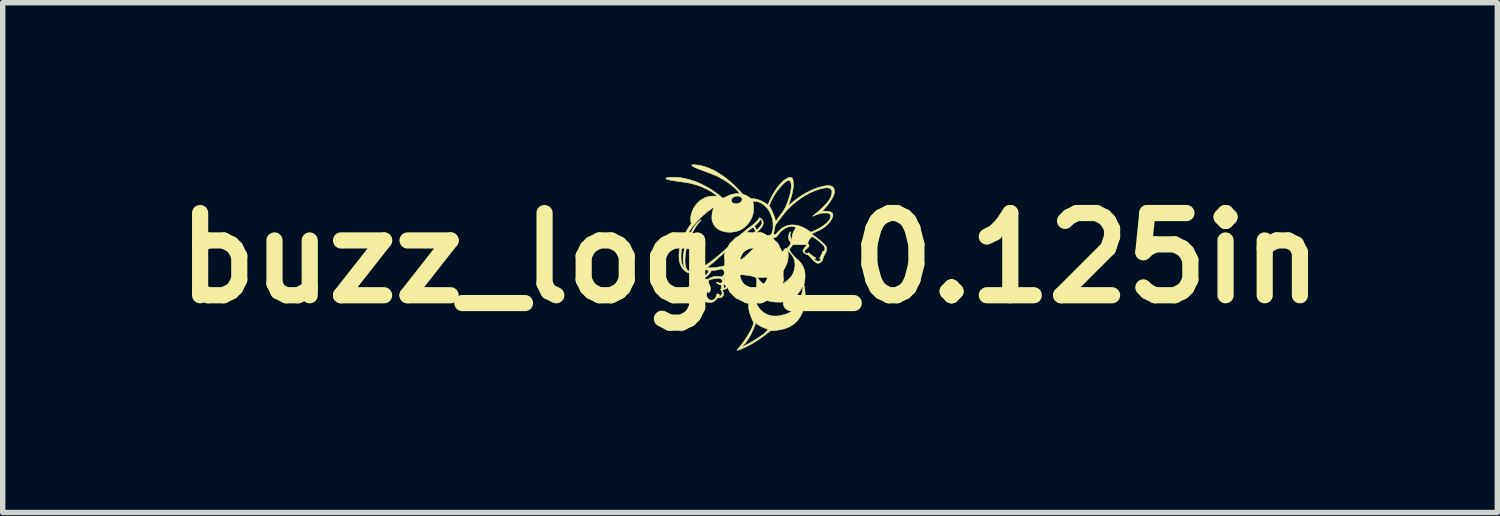
<source format=kicad_pcb>
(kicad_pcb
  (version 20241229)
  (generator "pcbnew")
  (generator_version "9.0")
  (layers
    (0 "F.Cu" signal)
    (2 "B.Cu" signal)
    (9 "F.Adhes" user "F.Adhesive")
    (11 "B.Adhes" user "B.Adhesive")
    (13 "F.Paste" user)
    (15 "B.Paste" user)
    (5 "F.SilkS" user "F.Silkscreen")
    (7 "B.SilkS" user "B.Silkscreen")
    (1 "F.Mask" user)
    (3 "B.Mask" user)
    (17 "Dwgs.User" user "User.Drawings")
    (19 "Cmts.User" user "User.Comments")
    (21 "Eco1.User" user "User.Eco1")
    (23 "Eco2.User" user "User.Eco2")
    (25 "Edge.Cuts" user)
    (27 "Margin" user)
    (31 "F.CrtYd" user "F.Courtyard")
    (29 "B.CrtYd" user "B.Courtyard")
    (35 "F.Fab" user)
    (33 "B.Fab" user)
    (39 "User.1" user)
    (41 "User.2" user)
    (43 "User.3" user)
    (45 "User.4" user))
  (footprint "buzz_logo_0.125in"
    (layer "F.Cu")
    (at 10.857 1.735)
    (property "Reference" "buzz_logo_0.125in" (at 0 0 0) (layer "F.SilkS") (effects (font (size 1.524 1.524) (thickness 0.3))))
    (attr through_hole)
    (fp_poly (pts (xy -1.019 -1.729) (xy -0.996 -1.727) (xy -0.971 -1.725) (xy -0.948 -1.722) (xy -0.931 -1.718) (xy -0.85 -1.698) (xy -0.77 -1.67) (xy -0.689 -1.635) (xy -0.609 -1.592) (xy -0.529 -1.541) (xy -0.448 -1.483) (xy -0.389 -1.436) (xy -0.367 -1.417) (xy -0.341 -1.393) (xy -0.313 -1.367) (xy -0.283 -1.339) (xy -0.254 -1.31) (xy -0.226 -1.281) (xy -0.2 -1.255) (xy -0.178 -1.231) (xy -0.165 -1.215) (xy -0.152 -1.2) (xy -0.142 -1.19) (xy -0.134 -1.184) (xy -0.125 -1.18) (xy -0.116 -1.176) (xy -0.087 -1.166) (xy -0.057 -1.152) (xy -0.029 -1.135) (xy -0.012 -1.123) (xy 0.001 -1.113) (xy 0.01 -1.107) (xy 0.019 -1.104) (xy 0.029 -1.103) (xy 0.037 -1.103) (xy 0.076 -1.1) (xy 0.119 -1.092) (xy 0.164 -1.078) (xy 0.209 -1.06) (xy 0.252 -1.037) (xy 0.293 -1.012) (xy 0.297 -1.009) (xy 0.31 -1) (xy 0.321 -0.992) (xy 0.327 -0.988) (xy 0.328 -0.987) (xy 0.331 -0.989) (xy 0.336 -0.997) (xy 0.344 -1.012) (xy 0.35 -1.027) (xy 0.376 -1.088) (xy 0.405 -1.147) (xy 0.437 -1.203) (xy 0.471 -1.257) (xy 0.506 -1.307) (xy 0.543 -1.353) (xy 0.58 -1.394) (xy 0.617 -1.429) (xy 0.653 -1.457) (xy 0.689 -1.479) (xy 0.691 -1.48) (xy 0.715 -1.491) (xy 0.736 -1.496) (xy 0.753 -1.496) (xy 0.769 -1.49) (xy 0.774 -1.487) (xy 0.782 -1.481) (xy 0.787 -1.473) (xy 0.792 -1.463) (xy 0.795 -1.45) (xy 0.799 -1.43) (xy 0.802 -1.407) (xy 0.804 -1.365) (xy 0.802 -1.319) (xy 0.795 -1.267) (xy 0.784 -1.21) (xy 0.768 -1.147) (xy 0.746 -1.078) (xy 0.739 -1.056) (xy 0.731 -1.033) (xy 0.724 -1.012) (xy 0.718 -0.995) (xy 0.714 -0.983) (xy 0.712 -0.977) (xy 0.712 -0.973) (xy 0.716 -0.974) (xy 0.723 -0.98) (xy 0.735 -0.99) (xy 0.743 -0.997) (xy 0.815 -1.057) (xy 0.889 -1.113) (xy 0.964 -1.164) (xy 1.04 -1.209) (xy 1.116 -1.248) (xy 1.192 -1.281) (xy 1.267 -1.308) (xy 1.34 -1.328) (xy 1.411 -1.341) (xy 1.414 -1.342) (xy 1.45 -1.344) (xy 1.482 -1.341) (xy 1.51 -1.332) (xy 1.532 -1.319) (xy 1.545 -1.305) (xy 1.556 -1.285) (xy 1.564 -1.262) (xy 1.568 -1.238) (xy 1.568 -1.233) (xy 1.565 -1.208) (xy 1.556 -1.179) (xy 1.542 -1.146) (xy 1.524 -1.109) (xy 1.501 -1.071) (xy 1.474 -1.03) (xy 1.444 -0.989) (xy 1.411 -0.947) (xy 1.374 -0.906) (xy 1.373 -0.904) (xy 1.341 -0.869) (xy 1.394 -0.869) (xy 1.434 -0.868) (xy 1.467 -0.864) (xy 1.493 -0.856) (xy 1.512 -0.846) (xy 1.526 -0.832) (xy 1.533 -0.815) (xy 1.536 -0.794) (xy 1.532 -0.769) (xy 1.523 -0.741) (xy 1.507 -0.712) (xy 1.487 -0.681) (xy 1.463 -0.65) (xy 1.436 -0.621) (xy 1.405 -0.593) (xy 1.373 -0.568) (xy 1.364 -0.562) (xy 1.339 -0.546) (xy 1.312 -0.531) (xy 1.282 -0.515) (xy 1.247 -0.498) (xy 1.206 -0.479) (xy 1.204 -0.478) (xy 1.143 -0.451) (xy 1.152 -0.441) (xy 1.158 -0.436) (xy 1.169 -0.427) (xy 1.184 -0.415) (xy 1.203 -0.401) (xy 1.224 -0.385) (xy 1.238 -0.374) (xy 1.274 -0.346) (xy 1.307 -0.319) (xy 1.338 -0.293) (xy 1.364 -0.268) (xy 1.386 -0.245) (xy 1.402 -0.226) (xy 1.411 -0.213) (xy 1.416 -0.203) (xy 1.419 -0.193) (xy 1.421 -0.182) (xy 1.42 -0.167) (xy 1.42 -0.164) (xy 1.419 -0.148) (xy 1.417 -0.135) (xy 1.413 -0.123) (xy 1.406 -0.108) (xy 1.401 -0.099) (xy 1.387 -0.072) (xy 1.376 -0.05) (xy 1.368 -0.033) (xy 1.362 -0.02) (xy 1.357 -0.008) (xy 1.354 0.002) (xy 1.351 0.013) (xy 1.35 0.015) (xy 1.341 0.043) (xy 1.326 0.065) (xy 1.305 0.082) (xy 1.292 0.089) (xy 1.274 0.096) (xy 1.257 0.098) (xy 1.24 0.093) (xy 1.222 0.082) (xy 1.215 0.077) (xy 1.198 0.064) (xy 1.182 0.049) (xy 1.165 0.033) (xy 1.145 0.012) (xy 1.123 -0.013) (xy 1.123 -0.014) (xy 1.108 -0.03) (xy 1.098 -0.042) (xy 1.089 -0.05) (xy 1.08 -0.055) (xy 1.07 -0.06) (xy 1.059 -0.064) (xy 1.032 -0.076) (xy 1.011 -0.09) (xy 0.994 -0.104) (xy 0.984 -0.119) (xy 0.983 -0.124) (xy 1.008 -0.124) (xy 1.012 -0.109) (xy 1.02 -0.099) (xy 1.028 -0.092) (xy 1.038 -0.088) (xy 1.051 -0.087) (xy 1.052 -0.087) (xy 1.064 -0.088) (xy 1.071 -0.09) (xy 1.075 -0.095) (xy 1.075 -0.096) (xy 1.077 -0.099) (xy 1.079 -0.099) (xy 1.085 -0.097) (xy 1.093 -0.092) (xy 1.106 -0.082) (xy 1.115 -0.075) (xy 1.142 -0.054) (xy 1.164 -0.038) (xy 1.183 -0.025) (xy 1.202 -0.013) (xy 1.206 -0.01) (xy 1.216 -0.004) (xy 1.22 0.001) (xy 1.219 0.004) (xy 1.216 0.008) (xy 1.209 0.014) (xy 1.2 0.015) (xy 1.193 0.014) (xy 1.177 0.012) (xy 1.193 0.026) (xy 1.211 0.04) (xy 1.232 0.051) (xy 1.252 0.058) (xy 1.264 0.059) (xy 1.278 0.058) (xy 1.293 0.053) (xy 1.297 0.052) (xy 1.307 0.046) (xy 1.313 0.041) (xy 1.314 0.039) (xy 1.312 0.026) (xy 1.307 0.018) (xy 1.302 0.016) (xy 1.294 0.014) (xy 1.292 0.012) (xy 1.292 0.007) (xy 1.296 -0.004) (xy 1.303 -0.019) (xy 1.311 -0.037) (xy 1.315 -0.045) (xy 1.325 -0.065) (xy 1.334 -0.085) (xy 1.341 -0.102) (xy 1.345 -0.114) (xy 1.346 -0.117) (xy 1.349 -0.128) (xy 1.351 -0.132) (xy 1.354 -0.131) (xy 1.356 -0.129) (xy 1.363 -0.124) (xy 1.371 -0.127) (xy 1.379 -0.137) (xy 1.382 -0.143) (xy 1.388 -0.164) (xy 1.388 -0.186) (xy 1.381 -0.207) (xy 1.379 -0.209) (xy 1.365 -0.231) (xy 1.343 -0.254) (xy 1.316 -0.28) (xy 1.284 -0.308) (xy 1.247 -0.337) (xy 1.206 -0.366) (xy 1.182 -0.383) (xy 1.169 -0.391) (xy 1.161 -0.395) (xy 1.155 -0.395) (xy 1.148 -0.393) (xy 1.147 -0.393) (xy 1.131 -0.383) (xy 1.114 -0.366) (xy 1.099 -0.345) (xy 1.089 -0.326) (xy 1.079 -0.303) (xy 1.073 -0.286) (xy 1.072 -0.273) (xy 1.075 -0.262) (xy 1.081 -0.256) (xy 1.091 -0.243) (xy 1.094 -0.23) (xy 1.091 -0.216) (xy 1.08 -0.201) (xy 1.063 -0.183) (xy 1.049 -0.172) (xy 1.035 -0.161) (xy 1.023 -0.15) (xy 1.015 -0.142) (xy 1.012 -0.139) (xy 1.008 -0.124) (xy 0.983 -0.124) (xy 0.98 -0.133) (xy 0.984 -0.147) (xy 0.993 -0.165) (xy 1.008 -0.186) (xy 1.022 -0.202) (xy 1.036 -0.218) (xy 1.044 -0.231) (xy 1.047 -0.239) (xy 1.045 -0.245) (xy 1.037 -0.248) (xy 1.03 -0.248) (xy 1.016 -0.249) (xy 0.997 -0.249) (xy 0.974 -0.249) (xy 0.948 -0.249) (xy 0.921 -0.249) (xy 0.893 -0.249) (xy 0.867 -0.249) (xy 0.843 -0.249) (xy 0.822 -0.249) (xy 0.807 -0.248) (xy 0.798 -0.248) (xy 0.797 -0.247) (xy 0.789 -0.244) (xy 0.786 -0.241) (xy 0.784 -0.236) (xy 0.777 -0.226) (xy 0.768 -0.213) (xy 0.758 -0.199) (xy 0.747 -0.184) (xy 0.738 -0.171) (xy 0.732 -0.161) (xy 0.73 -0.156) (xy 0.733 -0.148) (xy 0.739 -0.135) (xy 0.748 -0.12) (xy 0.759 -0.104) (xy 0.765 -0.095) (xy 0.786 -0.07) (xy 0.807 -0.046) (xy 0.825 -0.025) (xy 0.842 -0.008) (xy 0.855 0.004) (xy 0.859 0.008) (xy 0.879 0.023) (xy 0.9 0.043) (xy 0.921 0.065) (xy 0.94 0.087) (xy 0.949 0.099) (xy 0.977 0.144) (xy 0.998 0.192) (xy 1.012 0.242) (xy 1.02 0.295) (xy 1.021 0.351) (xy 1.015 0.412) (xy 1.008 0.452) (xy 0.999 0.493) (xy 1.007 0.533) (xy 1.015 0.58) (xy 1.02 0.631) (xy 1.023 0.685) (xy 1.023 0.738) (xy 1.021 0.789) (xy 1.016 0.835) (xy 1.014 0.849) (xy 0.999 0.921) (xy 0.979 0.987) (xy 0.953 1.048) (xy 0.922 1.102) (xy 0.886 1.151) (xy 0.857 1.183) (xy 0.811 1.224) (xy 0.76 1.258) (xy 0.703 1.287) (xy 0.641 1.31) (xy 0.574 1.327) (xy 0.502 1.339) (xy 0.464 1.342) (xy 0.436 1.344) (xy 0.414 1.346) (xy 0.397 1.347) (xy 0.385 1.35) (xy 0.375 1.353) (xy 0.366 1.357) (xy 0.358 1.363) (xy 0.348 1.371) (xy 0.338 1.379) (xy 0.286 1.42) (xy 0.23 1.462) (xy 0.172 1.503) (xy 0.113 1.541) (xy 0.057 1.576) (xy 0.034 1.59) (xy -0.004 1.61) (xy -0.043 1.63) (xy -0.083 1.65) (xy -0.123 1.668) (xy -0.16 1.684) (xy -0.194 1.697) (xy -0.223 1.707) (xy -0.226 1.708) (xy -0.238 1.711) (xy -0.243 1.712) (xy -0.244 1.711) (xy -0.242 1.708) (xy -0.237 1.702) (xy -0.228 1.692) (xy -0.217 1.678) (xy -0.206 1.665) (xy -0.206 1.664) (xy -0.169 1.664) (xy -0.137 1.647) (xy -0.122 1.639) (xy -0.102 1.628) (xy -0.08 1.616) (xy -0.057 1.603) (xy -0.048 1.598) (xy 0.012 1.565) (xy 0.067 1.532) (xy 0.119 1.5) (xy 0.166 1.47) (xy 0.207 1.442) (xy 0.244 1.415) (xy 0.274 1.391) (xy 0.298 1.369) (xy 0.316 1.351) (xy 0.322 1.343) (xy 0.328 1.333) (xy 0.333 1.325) (xy 0.333 1.323) (xy 0.33 1.32) (xy 0.32 1.316) (xy 0.307 1.311) (xy 0.299 1.308) (xy 0.264 1.296) (xy 0.228 1.28) (xy 0.193 1.262) (xy 0.161 1.243) (xy 0.134 1.224) (xy 0.12 1.213) (xy 0.105 1.199) (xy 0.096 1.228) (xy 0.085 1.258) (xy 0.072 1.293) (xy 0.056 1.33) (xy 0.04 1.367) (xy 0.024 1.401) (xy 0.021 1.405) (xy -0.008 1.461) (xy -0.039 1.51) (xy -0.07 1.555) (xy -0.105 1.597) (xy -0.131 1.625) (xy -0.169 1.664) (xy -0.206 1.664) (xy -0.17 1.62) (xy -0.135 1.573) (xy -0.101 1.526) (xy -0.068 1.478) (xy -0.038 1.43) (xy -0.011 1.385) (xy 0.013 1.341) (xy 0.033 1.3) (xy 0.049 1.264) (xy 0.06 1.232) (xy 0.062 1.225) (xy 0.069 1.199) (xy 0.045 1.148) (xy 0.028 1.111) (xy 0.012 1.07) (xy -0.002 1.03) (xy -0.013 0.992) (xy -0.018 0.972) (xy -0.02 0.957) (xy -0.023 0.935) (xy -0.025 0.911) (xy -0.026 0.885) (xy -0.026 0.879) (xy -0.027 0.853) (xy -0.027 0.832) (xy -0.026 0.815) (xy -0.025 0.799) (xy -0.022 0.783) (xy -0.021 0.778) (xy -0.007 0.726) (xy 0.007 0.693) (xy 0.096 0.693) (xy 0.098 0.747) (xy 0.107 0.8) (xy 0.122 0.849) (xy 0.134 0.875) (xy 0.159 0.917) (xy 0.191 0.956) (xy 0.228 0.991) (xy 0.27 1.021) (xy 0.315 1.045) (xy 0.363 1.063) (xy 0.387 1.069) (xy 0.41 1.072) (xy 0.438 1.074) (xy 0.469 1.075) (xy 0.5 1.074) (xy 0.528 1.072) (xy 0.548 1.069) (xy 0.573 1.064) (xy 0.6 1.058) (xy 0.629 1.05) (xy 0.656 1.042) (xy 0.678 1.035) (xy 0.687 1.032) (xy 0.73 1.012) (xy 0.77 0.985) (xy 0.808 0.951) (xy 0.844 0.91) (xy 0.877 0.864) (xy 0.906 0.813) (xy 0.931 0.756) (xy 0.942 0.728) (xy 0.949 0.705) (xy 0.956 0.68) (xy 0.963 0.653) (xy 0.968 0.626) (xy 0.973 0.6) (xy 0.977 0.576) (xy 0.98 0.555) (xy 0.981 0.538) (xy 0.981 0.526) (xy 0.978 0.52) (xy 0.977 0.52) (xy 0.974 0.523) (xy 0.969 0.532) (xy 0.963 0.545) (xy 0.962 0.547) (xy 0.949 0.573) (xy 0.931 0.602) (xy 0.911 0.631) (xy 0.89 0.659) (xy 0.87 0.682) (xy 0.868 0.683) (xy 0.825 0.722) (xy 0.78 0.753) (xy 0.731 0.778) (xy 0.695 0.791) (xy 0.655 0.803) (xy 0.618 0.811) (xy 0.581 0.816) (xy 0.539 0.818) (xy 0.524 0.818) (xy 0.455 0.815) (xy 0.391 0.806) (xy 0.331 0.791) (xy 0.275 0.77) (xy 0.266 0.765) (xy 0.246 0.755) (xy 0.23 0.745) (xy 0.215 0.734) (xy 0.2 0.721) (xy 0.193 0.713) (xy 0.164 0.68) (xy 0.143 0.645) (xy 0.129 0.608) (xy 0.128 0.603) (xy 0.124 0.589) (xy 0.121 0.576) (xy 0.121 0.573) (xy 0.119 0.567) (xy 0.118 0.566) (xy 0.115 0.571) (xy 0.113 0.581) (xy 0.101 0.637) (xy 0.096 0.693) (xy 0.007 0.693) (xy 0.012 0.68) (xy 0.038 0.637) (xy 0.07 0.597) (xy 0.083 0.584) (xy 0.12 0.546) (xy 0.122 0.464) (xy 0.123 0.434) (xy 0.123 0.411) (xy 0.122 0.393) (xy 0.12 0.38) (xy 0.117 0.371) (xy 0.112 0.365) (xy 0.105 0.359) (xy 0.097 0.355) (xy 0.136 0.355) (xy 0.138 0.358) (xy 0.143 0.367) (xy 0.15 0.379) (xy 0.153 0.383) (xy 0.184 0.423) (xy 0.219 0.457) (xy 0.259 0.484) (xy 0.304 0.505) (xy 0.352 0.518) (xy 0.36 0.52) (xy 0.382 0.522) (xy 0.408 0.523) (xy 0.438 0.521) (xy 0.467 0.518) (xy 0.495 0.514) (xy 0.51 0.51) (xy 0.544 0.499) (xy 0.581 0.484) (xy 0.618 0.466) (xy 0.652 0.446) (xy 0.669 0.434) (xy 0.689 0.417) (xy 0.711 0.397) (xy 0.733 0.375) (xy 0.753 0.353) (xy 0.77 0.332) (xy 0.782 0.316) (xy 0.801 0.277) (xy 0.817 0.233) (xy 0.828 0.187) (xy 0.833 0.141) (xy 0.833 0.124) (xy 0.83 0.076) (xy 0.82 0.032) (xy 0.804 -0.011) (xy 0.78 -0.051) (xy 0.749 -0.09) (xy 0.732 -0.107) (xy 0.72 -0.12) (xy 0.709 -0.13) (xy 0.702 -0.136) (xy 0.699 -0.137) (xy 0.699 -0.133) (xy 0.701 -0.123) (xy 0.703 -0.112) (xy 0.706 -0.091) (xy 0.707 -0.064) (xy 0.708 -0.035) (xy 0.706 -0.005) (xy 0.703 0.023) (xy 0.701 0.037) (xy 0.692 0.074) (xy 0.679 0.111) (xy 0.663 0.148) (xy 0.645 0.184) (xy 0.626 0.216) (xy 0.606 0.243) (xy 0.586 0.265) (xy 0.582 0.268) (xy 0.556 0.286) (xy 0.526 0.303) (xy 0.493 0.319) (xy 0.466 0.329) (xy 0.422 0.341) (xy 0.372 0.351) (xy 0.319 0.357) (xy 0.265 0.36) (xy 0.211 0.36) (xy 0.185 0.358) (xy 0.166 0.357) (xy 0.151 0.356) (xy 0.14 0.355) (xy 0.136 0.355) (xy 0.136 0.355) (xy 0.097 0.355) (xy 0.096 0.355) (xy 0.09 0.352) (xy 0.077 0.346) (xy 0.063 0.341) (xy 0.047 0.337) (xy 0.027 0.333) (xy 0.004 0.328) (xy -0.024 0.324) (xy -0.058 0.319) (xy -0.098 0.314) (xy -0.117 0.312) (xy -0.137 0.31) (xy -0.163 0.307) (xy -0.193 0.305) (xy -0.224 0.303) (xy -0.254 0.302) (xy -0.258 0.302) (xy -0.294 0.3) (xy -0.324 0.298) (xy -0.348 0.295) (xy -0.367 0.292) (xy -0.384 0.288) (xy -0.398 0.283) (xy -0.41 0.277) (xy -0.419 0.273) (xy -0.425 0.271) (xy -0.426 0.271) (xy -0.429 0.274) (xy -0.434 0.283) (xy -0.442 0.295) (xy -0.445 0.3) (xy -0.463 0.329) (xy -0.476 0.353) (xy -0.484 0.374) (xy -0.486 0.392) (xy -0.484 0.408) (xy -0.476 0.425) (xy -0.464 0.442) (xy -0.452 0.455) (xy -0.433 0.476) (xy -0.421 0.494) (xy -0.414 0.51) (xy -0.413 0.525) (xy -0.417 0.541) (xy -0.418 0.546) (xy -0.426 0.557) (xy -0.44 0.567) (xy -0.461 0.576) (xy -0.478 0.581) (xy -0.492 0.585) (xy -0.503 0.59) (xy -0.508 0.593) (xy -0.511 0.597) (xy -0.511 0.602) (xy -0.508 0.61) (xy -0.503 0.62) (xy -0.494 0.64) (xy -0.49 0.657) (xy -0.49 0.673) (xy -0.492 0.684) (xy -0.501 0.703) (xy -0.516 0.719) (xy -0.535 0.731) (xy -0.557 0.737) (xy -0.578 0.736) (xy -0.595 0.734) (xy -0.628 0.767) (xy -0.652 0.789) (xy -0.675 0.806) (xy -0.696 0.817) (xy -0.719 0.823) (xy -0.736 0.825) (xy -0.774 0.823) (xy -0.811 0.814) (xy -0.848 0.797) (xy -0.879 0.775) (xy -0.91 0.745) (xy -0.938 0.709) (xy -0.954 0.681) (xy -0.807 0.681) (xy -0.804 0.704) (xy -0.793 0.732) (xy -0.777 0.754) (xy -0.758 0.77) (xy -0.735 0.779) (xy -0.71 0.781) (xy -0.689 0.778) (xy -0.669 0.768) (xy -0.651 0.752) (xy -0.636 0.73) (xy -0.624 0.703) (xy -0.619 0.683) (xy -0.616 0.671) (xy -0.613 0.665) (xy -0.609 0.664) (xy -0.602 0.665) (xy -0.586 0.67) (xy -0.572 0.678) (xy -0.563 0.686) (xy -0.562 0.687) (xy -0.56 0.694) (xy -0.565 0.7) (xy -0.566 0.7) (xy -0.57 0.704) (xy -0.569 0.706) (xy -0.561 0.706) (xy -0.551 0.705) (xy -0.542 0.699) (xy -0.534 0.691) (xy -0.523 0.677) (xy -0.518 0.664) (xy -0.518 0.65) (xy -0.52 0.637) (xy -0.526 0.615) (xy -0.535 0.599) (xy -0.544 0.591) (xy -0.548 0.587) (xy -0.548 0.584) (xy -0.544 0.578) (xy -0.538 0.571) (xy -0.529 0.56) (xy -0.525 0.55) (xy -0.524 0.537) (xy -0.524 0.536) (xy -0.525 0.519) (xy -0.529 0.508) (xy -0.531 0.506) (xy -0.491 0.506) (xy -0.49 0.52) (xy -0.487 0.535) (xy -0.483 0.548) (xy -0.479 0.557) (xy -0.474 0.56) (xy -0.468 0.557) (xy -0.46 0.551) (xy -0.457 0.548) (xy -0.447 0.536) (xy -0.444 0.524) (xy -0.449 0.512) (xy -0.461 0.499) (xy -0.464 0.496) (xy -0.475 0.488) (xy -0.482 0.484) (xy -0.486 0.484) (xy -0.488 0.486) (xy -0.491 0.494) (xy -0.491 0.506) (xy -0.531 0.506) (xy -0.538 0.5) (xy -0.552 0.494) (xy -0.553 0.494) (xy -0.581 0.484) (xy -0.602 0.475) (xy -0.615 0.466) (xy -0.622 0.457) (xy -0.623 0.452) (xy -0.621 0.446) (xy -0.613 0.445) (xy -0.6 0.449) (xy -0.59 0.454) (xy -0.573 0.461) (xy -0.555 0.464) (xy -0.539 0.464) (xy -0.527 0.46) (xy -0.523 0.457) (xy -0.516 0.444) (xy -0.514 0.428) (xy -0.517 0.414) (xy -0.528 0.399) (xy -0.542 0.386) (xy -0.556 0.377) (xy -0.557 0.377) (xy -0.573 0.374) (xy -0.596 0.373) (xy -0.625 0.376) (xy -0.659 0.381) (xy -0.681 0.385) (xy -0.708 0.391) (xy -0.729 0.396) (xy -0.744 0.401) (xy -0.754 0.406) (xy -0.762 0.412) (xy -0.767 0.419) (xy -0.768 0.421) (xy -0.771 0.43) (xy -0.772 0.44) (xy -0.77 0.453) (xy -0.764 0.47) (xy -0.755 0.491) (xy -0.749 0.505) (xy -0.741 0.524) (xy -0.736 0.538) (xy -0.734 0.55) (xy -0.733 0.564) (xy -0.733 0.57) (xy -0.733 0.586) (xy -0.735 0.599) (xy -0.74 0.61) (xy -0.743 0.616) (xy -0.754 0.631) (xy -0.764 0.64) (xy -0.772 0.643) (xy -0.773 0.639) (xy -0.774 0.631) (xy -0.774 0.626) (xy -0.774 0.61) (xy -0.782 0.618) (xy -0.796 0.635) (xy -0.805 0.657) (xy -0.807 0.681) (xy -0.954 0.681) (xy -0.961 0.668) (xy -0.98 0.624) (xy -0.994 0.577) (xy -1.002 0.53) (xy -1.002 0.508) (xy -1 0.483) (xy -0.995 0.459) (xy -0.988 0.437) (xy -0.985 0.43) (xy -0.974 0.414) (xy -0.961 0.401) (xy -0.909 0.401) (xy -0.905 0.401) (xy -0.896 0.4) (xy -0.884 0.396) (xy -0.866 0.392) (xy -0.847 0.389) (xy -0.835 0.388) (xy -0.82 0.388) (xy -0.806 0.39) (xy -0.799 0.392) (xy -0.789 0.396) (xy -0.783 0.395) (xy -0.779 0.392) (xy -0.768 0.385) (xy -0.752 0.376) (xy -0.731 0.366) (xy -0.709 0.358) (xy -0.688 0.35) (xy -0.674 0.346) (xy -0.662 0.343) (xy -0.652 0.341) (xy -0.639 0.34) (xy -0.624 0.34) (xy -0.603 0.341) (xy -0.595 0.341) (xy -0.574 0.342) (xy -0.556 0.344) (xy -0.541 0.345) (xy -0.533 0.346) (xy -0.531 0.347) (xy -0.525 0.347) (xy -0.516 0.341) (xy -0.507 0.334) (xy -0.49 0.316) (xy -0.48 0.297) (xy -0.473 0.274) (xy -0.471 0.265) (xy -0.472 0.258) (xy -0.475 0.25) (xy -0.483 0.24) (xy -0.486 0.237) (xy -0.496 0.225) (xy -0.506 0.215) (xy -0.513 0.209) (xy -0.52 0.204) (xy -0.527 0.203) (xy -0.536 0.204) (xy -0.543 0.206) (xy -0.569 0.213) (xy -0.595 0.218) (xy -0.623 0.222) (xy -0.656 0.226) (xy -0.663 0.227) (xy -0.718 0.231) (xy -0.725 0.247) (xy -0.729 0.256) (xy -0.736 0.266) (xy -0.747 0.279) (xy -0.761 0.295) (xy -0.78 0.317) (xy -0.791 0.329) (xy -0.798 0.336) (xy -0.807 0.342) (xy -0.82 0.349) (xy -0.837 0.357) (xy -0.859 0.367) (xy -0.869 0.371) (xy -0.882 0.378) (xy -0.894 0.386) (xy -0.904 0.394) (xy -0.909 0.4) (xy -0.909 0.401) (xy -0.961 0.401) (xy -0.959 0.399) (xy -0.938 0.382) (xy -0.91 0.365) (xy -0.881 0.35) (xy -0.849 0.332) (xy -0.823 0.316) (xy -0.803 0.3) (xy -0.788 0.285) (xy -0.777 0.269) (xy -0.775 0.265) (xy -0.77 0.253) (xy -0.768 0.246) (xy -0.769 0.241) (xy -0.772 0.236) (xy -0.776 0.23) (xy -0.78 0.226) (xy -0.786 0.224) (xy -0.795 0.221) (xy -0.81 0.219) (xy -0.824 0.217) (xy -0.859 0.211) (xy -0.889 0.228) (xy -0.93 0.249) (xy -0.97 0.265) (xy -0.994 0.272) (xy -1.015 0.276) (xy -1.04 0.279) (xy -1.067 0.281) (xy -1.092 0.281) (xy -1.114 0.28) (xy -1.124 0.278) (xy -1.159 0.267) (xy -1.192 0.248) (xy -1.222 0.223) (xy -1.25 0.193) (xy -1.273 0.157) (xy -1.293 0.117) (xy -1.307 0.072) (xy -1.312 0.052) (xy -1.315 0.026) (xy -1.317 -0.006) (xy -1.317 -0.03) (xy -1.28 -0.03) (xy -1.279 -0.001) (xy -1.279 0.021) (xy -1.278 0.038) (xy -1.277 0.052) (xy -1.275 0.064) (xy -1.272 0.076) (xy -1.271 0.081) (xy -1.262 0.108) (xy -1.25 0.135) (xy -1.238 0.16) (xy -1.225 0.18) (xy -1.22 0.185) (xy -1.207 0.2) (xy -1.213 0.185) (xy -1.228 0.137) (xy -1.238 0.084) (xy -1.241 0.027) (xy -1.238 -0.036) (xy -1.229 -0.103) (xy -1.214 -0.175) (xy -1.192 -0.252) (xy -1.18 -0.292) (xy -1.164 -0.335) (xy -1.144 -0.381) (xy -1.122 -0.429) (xy -1.097 -0.477) (xy -1.072 -0.522) (xy -1.046 -0.564) (xy -1.023 -0.597) (xy -1.011 -0.612) (xy -0.997 -0.629) (xy -0.982 -0.646) (xy -0.965 -0.663) (xy -0.949 -0.678) (xy -0.935 -0.691) (xy -0.923 -0.701) (xy -0.915 -0.707) (xy -0.911 -0.708) (xy -0.909 -0.706) (xy -0.911 -0.7) (xy -0.918 -0.692) (xy -0.929 -0.678) (xy -0.933 -0.674) (xy -0.96 -0.642) (xy -0.985 -0.61) (xy -1.008 -0.576) (xy -1.031 -0.538) (xy -1.045 -0.515) (xy -1.059 -0.488) (xy -1.075 -0.458) (xy -1.091 -0.427) (xy -1.106 -0.396) (xy -1.12 -0.367) (xy -1.132 -0.34) (xy -1.141 -0.318) (xy -1.148 -0.301) (xy -1.148 -0.3) (xy -1.165 -0.244) (xy -1.179 -0.184) (xy -1.19 -0.123) (xy -1.199 -0.062) (xy -1.204 -0.004) (xy -1.206 0.049) (xy -1.206 0.05) (xy -1.204 0.099) (xy -1.199 0.141) (xy -1.189 0.177) (xy -1.176 0.205) (xy -1.159 0.227) (xy -1.138 0.242) (xy -1.112 0.251) (xy -1.083 0.254) (xy -1.049 0.25) (xy -1.035 0.246) (xy -1.016 0.241) (xy -0.997 0.234) (xy -0.977 0.226) (xy -0.955 0.215) (xy -0.931 0.202) (xy -0.903 0.185) (xy -0.872 0.166) (xy -0.836 0.142) (xy -0.794 0.114) (xy -0.786 0.109) (xy -0.736 0.074) (xy -0.682 0.032) (xy -0.623 -0.015) (xy -0.559 -0.069) (xy -0.49 -0.129) (xy -0.488 -0.131) (xy -0.454 -0.161) (xy -0.422 -0.191) (xy -0.392 -0.219) (xy -0.363 -0.246) (xy -0.362 -0.247) (xy -0.317 -0.247) (xy -0.317 -0.246) (xy -0.317 -0.246) (xy -0.312 -0.247) (xy -0.303 -0.25) (xy -0.297 -0.252) (xy -0.278 -0.258) (xy -0.264 -0.265) (xy -0.256 -0.271) (xy -0.254 -0.275) (xy -0.256 -0.282) (xy -0.26 -0.288) (xy -0.263 -0.291) (xy -0.266 -0.292) (xy -0.271 -0.289) (xy -0.28 -0.282) (xy -0.291 -0.272) (xy -0.305 -0.26) (xy -0.314 -0.252) (xy -0.317 -0.247) (xy -0.362 -0.247) (xy -0.338 -0.27) (xy -0.317 -0.291) (xy -0.3 -0.309) (xy -0.298 -0.311) (xy -0.244 -0.311) (xy -0.24 -0.303) (xy -0.236 -0.297) (xy -0.229 -0.288) (xy -0.224 -0.285) (xy -0.219 -0.285) (xy -0.217 -0.286) (xy -0.211 -0.29) (xy -0.199 -0.296) (xy -0.183 -0.305) (xy -0.164 -0.316) (xy -0.153 -0.323) (xy -0.134 -0.334) (xy -0.117 -0.344) (xy -0.103 -0.352) (xy -0.095 -0.357) (xy -0.092 -0.359) (xy -0.09 -0.366) (xy -0.092 -0.377) (xy -0.097 -0.392) (xy -0.106 -0.407) (xy -0.11 -0.414) (xy -0.12 -0.429) (xy -0.14 -0.412) (xy -0.158 -0.398) (xy -0.177 -0.382) (xy -0.195 -0.367) (xy -0.211 -0.352) (xy -0.225 -0.338) (xy -0.236 -0.328) (xy -0.24 -0.323) (xy -0.244 -0.316) (xy -0.244 -0.311) (xy -0.298 -0.311) (xy -0.288 -0.322) (xy -0.286 -0.325) (xy -0.276 -0.337) (xy -0.262 -0.352) (xy -0.247 -0.369) (xy -0.232 -0.383) (xy -0.215 -0.399) (xy -0.193 -0.419) (xy -0.167 -0.441) (xy -0.158 -0.449) (xy -0.088 -0.449) (xy -0.087 -0.439) (xy -0.083 -0.427) (xy -0.077 -0.411) (xy -0.077 -0.41) (xy -0.07 -0.393) (xy -0.063 -0.384) (xy -0.055 -0.381) (xy -0.045 -0.383) (xy -0.035 -0.387) (xy -0.023 -0.394) (xy -0.008 -0.405) (xy 0.009 -0.418) (xy 0.028 -0.432) (xy 0.046 -0.447) (xy 0.063 -0.462) (xy 0.078 -0.476) (xy 0.09 -0.487) (xy 0.097 -0.496) (xy 0.099 -0.5) (xy 0.097 -0.51) (xy 0.091 -0.523) (xy 0.083 -0.537) (xy 0.074 -0.55) (xy 0.067 -0.558) (xy 0.055 -0.568) (xy 0.039 -0.559) (xy 0.031 -0.553) (xy 0.018 -0.544) (xy 0.001 -0.532) (xy -0.018 -0.518) (xy -0.033 -0.506) (xy -0.054 -0.489) (xy -0.07 -0.477) (xy -0.08 -0.467) (xy -0.086 -0.458) (xy -0.088 -0.449) (xy -0.158 -0.449) (xy -0.139 -0.465) (xy -0.109 -0.49) (xy -0.079 -0.515) (xy -0.051 -0.537) (xy -0.024 -0.558) (xy -0.002 -0.575) (xy 0.013 -0.585) (xy 0.022 -0.592) (xy 0.087 -0.592) (xy 0.089 -0.586) (xy 0.092 -0.576) (xy 0.098 -0.563) (xy 0.104 -0.549) (xy 0.11 -0.536) (xy 0.115 -0.526) (xy 0.118 -0.52) (xy 0.118 -0.52) (xy 0.122 -0.522) (xy 0.13 -0.528) (xy 0.133 -0.531) (xy 0.145 -0.541) (xy 0.159 -0.554) (xy 0.173 -0.571) (xy 0.188 -0.588) (xy 0.201 -0.605) (xy 0.211 -0.62) (xy 0.218 -0.631) (xy 0.221 -0.637) (xy 0.222 -0.654) (xy 0.221 -0.672) (xy 0.218 -0.688) (xy 0.212 -0.699) (xy 0.212 -0.699) (xy 0.202 -0.709) (xy 0.195 -0.712) (xy 0.188 -0.707) (xy 0.181 -0.696) (xy 0.181 -0.695) (xy 0.172 -0.682) (xy 0.157 -0.664) (xy 0.135 -0.643) (xy 0.129 -0.637) (xy 0.114 -0.623) (xy 0.102 -0.61) (xy 0.092 -0.6) (xy 0.088 -0.593) (xy 0.087 -0.592) (xy 0.022 -0.592) (xy 0.032 -0.599) (xy 0.053 -0.616) (xy 0.074 -0.635) (xy 0.096 -0.655) (xy 0.116 -0.674) (xy 0.134 -0.692) (xy 0.148 -0.708) (xy 0.157 -0.721) (xy 0.16 -0.725) (xy 0.165 -0.736) (xy 0.171 -0.743) (xy 0.173 -0.745) (xy 0.182 -0.745) (xy 0.195 -0.739) (xy 0.208 -0.729) (xy 0.221 -0.716) (xy 0.232 -0.701) (xy 0.238 -0.69) (xy 0.245 -0.665) (xy 0.246 -0.64) (xy 0.239 -0.614) (xy 0.225 -0.586) (xy 0.204 -0.557) (xy 0.202 -0.554) (xy 0.158 -0.505) (xy 0.106 -0.456) (xy 0.047 -0.409) (xy -0.019 -0.363) (xy -0.093 -0.319) (xy -0.174 -0.276) (xy -0.224 -0.252) (xy -0.267 -0.232) (xy -0.304 -0.214) (xy -0.335 -0.198) (xy -0.362 -0.183) (xy -0.385 -0.169) (xy -0.406 -0.155) (xy -0.426 -0.14) (xy -0.445 -0.125) (xy -0.453 -0.118) (xy -0.47 -0.104) (xy -0.489 -0.088) (xy -0.508 -0.072) (xy -0.514 -0.067) (xy -0.527 -0.056) (xy -0.545 -0.04) (xy -0.566 -0.023) (xy -0.587 -0.004) (xy -0.603 0.01) (xy -0.639 0.043) (xy -0.67 0.07) (xy -0.697 0.094) (xy -0.721 0.113) (xy -0.741 0.13) (xy -0.759 0.145) (xy -0.763 0.148) (xy -0.778 0.159) (xy -0.786 0.166) (xy -0.79 0.171) (xy -0.79 0.174) (xy -0.787 0.176) (xy -0.78 0.178) (xy -0.765 0.18) (xy -0.746 0.18) (xy -0.723 0.18) (xy -0.699 0.18) (xy -0.673 0.178) (xy -0.649 0.176) (xy -0.627 0.174) (xy -0.619 0.173) (xy -0.547 0.16) (xy -0.476 0.145) (xy -0.408 0.127) (xy -0.344 0.107) (xy -0.284 0.085) (xy -0.229 0.061) (xy -0.18 0.036) (xy -0.138 0.01) (xy -0.109 -0.011) (xy -0.101 -0.019) (xy -0.087 -0.031) (xy -0.069 -0.048) (xy -0.047 -0.069) (xy -0.022 -0.093) (xy 0.006 -0.12) (xy 0.036 -0.148) (xy 0.067 -0.179) (xy 0.099 -0.209) (xy 0.108 -0.218) (xy 0.343 -0.218) (xy 0.344 -0.192) (xy 0.348 -0.17) (xy 0.354 -0.153) (xy 0.365 -0.136) (xy 0.38 -0.119) (xy 0.405 -0.096) (xy 0.434 -0.079) (xy 0.464 -0.068) (xy 0.495 -0.063) (xy 0.525 -0.066) (xy 0.55 -0.073) (xy 0.573 -0.087) (xy 0.596 -0.107) (xy 0.617 -0.131) (xy 0.629 -0.148) (xy 0.639 -0.163) (xy 0.646 -0.171) (xy 0.652 -0.174) (xy 0.654 -0.174) (xy 0.666 -0.177) (xy 0.681 -0.182) (xy 0.695 -0.19) (xy 0.7 -0.194) (xy 0.706 -0.2) (xy 0.714 -0.21) (xy 0.725 -0.224) (xy 0.731 -0.231) (xy 0.744 -0.249) (xy 0.751 -0.263) (xy 0.754 -0.276) (xy 0.751 -0.289) (xy 0.744 -0.304) (xy 0.737 -0.315) (xy 0.727 -0.329) (xy 0.722 -0.341) (xy 0.719 -0.354) (xy 0.717 -0.37) (xy 0.716 -0.373) (xy 0.716 -0.404) (xy 0.72 -0.434) (xy 0.728 -0.459) (xy 0.74 -0.479) (xy 0.741 -0.481) (xy 0.748 -0.487) (xy 0.753 -0.487) (xy 0.754 -0.48) (xy 0.752 -0.469) (xy 0.747 -0.453) (xy 0.746 -0.453) (xy 0.743 -0.444) (xy 0.741 -0.437) (xy 0.742 -0.429) (xy 0.744 -0.418) (xy 0.748 -0.402) (xy 0.748 -0.4) (xy 0.754 -0.381) (xy 0.761 -0.362) (xy 0.767 -0.346) (xy 0.773 -0.334) (xy 0.777 -0.328) (xy 0.777 -0.328) (xy 0.778 -0.331) (xy 0.779 -0.34) (xy 0.78 -0.355) (xy 0.78 -0.37) (xy 0.78 -0.393) (xy 0.782 -0.411) (xy 0.784 -0.426) (xy 0.789 -0.441) (xy 0.789 -0.443) (xy 0.801 -0.473) (xy 0.815 -0.503) (xy 0.831 -0.531) (xy 0.84 -0.545) (xy 0.848 -0.556) (xy 0.851 -0.563) (xy 0.851 -0.567) (xy 0.847 -0.57) (xy 0.839 -0.574) (xy 0.824 -0.578) (xy 0.807 -0.582) (xy 0.79 -0.585) (xy 0.774 -0.587) (xy 0.769 -0.587) (xy 0.74 -0.584) (xy 0.707 -0.576) (xy 0.674 -0.564) (xy 0.661 -0.558) (xy 0.621 -0.534) (xy 0.584 -0.504) (xy 0.548 -0.466) (xy 0.514 -0.421) (xy 0.512 -0.419) (xy 0.503 -0.405) (xy 0.496 -0.397) (xy 0.489 -0.392) (xy 0.481 -0.389) (xy 0.469 -0.386) (xy 0.468 -0.386) (xy 0.443 -0.378) (xy 0.419 -0.364) (xy 0.396 -0.343) (xy 0.377 -0.321) (xy 0.363 -0.302) (xy 0.354 -0.285) (xy 0.348 -0.27) (xy 0.345 -0.252) (xy 0.343 -0.23) (xy 0.343 -0.218) (xy 0.108 -0.218) (xy 0.131 -0.24) (xy 0.161 -0.269) (xy 0.189 -0.297) (xy 0.215 -0.321) (xy 0.238 -0.343) (xy 0.258 -0.362) (xy 0.274 -0.376) (xy 0.285 -0.386) (xy 0.29 -0.391) (xy 0.291 -0.391) (xy 0.3 -0.397) (xy 0.315 -0.404) (xy 0.334 -0.412) (xy 0.35 -0.419) (xy 0.387 -0.433) (xy 0.436 -0.433) (xy 0.453 -0.433) (xy 0.462 -0.433) (xy 0.468 -0.435) (xy 0.475 -0.44) (xy 0.484 -0.448) (xy 0.494 -0.459) (xy 0.534 -0.501) (xy 0.572 -0.536) (xy 0.61 -0.564) (xy 0.648 -0.585) (xy 0.687 -0.601) (xy 0.727 -0.61) (xy 0.77 -0.615) (xy 0.789 -0.615) (xy 0.838 -0.612) (xy 0.887 -0.603) (xy 0.937 -0.588) (xy 0.988 -0.566) (xy 1.041 -0.537) (xy 1.084 -0.51) (xy 1.1 -0.499) (xy 1.115 -0.49) (xy 1.125 -0.484) (xy 1.131 -0.48) (xy 1.132 -0.48) (xy 1.136 -0.482) (xy 1.146 -0.486) (xy 1.161 -0.493) (xy 1.179 -0.501) (xy 1.187 -0.504) (xy 1.241 -0.53) (xy 1.291 -0.557) (xy 1.336 -0.585) (xy 1.377 -0.614) (xy 1.412 -0.642) (xy 1.442 -0.671) (xy 1.466 -0.698) (xy 1.483 -0.725) (xy 1.493 -0.75) (xy 1.496 -0.772) (xy 1.493 -0.793) (xy 1.484 -0.811) (xy 1.467 -0.824) (xy 1.464 -0.826) (xy 1.456 -0.83) (xy 1.448 -0.833) (xy 1.439 -0.834) (xy 1.426 -0.835) (xy 1.409 -0.835) (xy 1.391 -0.835) (xy 1.367 -0.835) (xy 1.348 -0.834) (xy 1.333 -0.833) (xy 1.318 -0.83) (xy 1.302 -0.826) (xy 1.296 -0.824) (xy 1.273 -0.817) (xy 1.248 -0.809) (xy 1.223 -0.8) (xy 1.2 -0.791) (xy 1.181 -0.783) (xy 1.173 -0.779) (xy 1.165 -0.775) (xy 1.162 -0.775) (xy 1.164 -0.779) (xy 1.172 -0.786) (xy 1.186 -0.798) (xy 1.206 -0.815) (xy 1.207 -0.816) (xy 1.267 -0.865) (xy 1.319 -0.912) (xy 1.365 -0.955) (xy 1.404 -0.996) (xy 1.437 -1.035) (xy 1.464 -1.072) (xy 1.486 -1.107) (xy 1.502 -1.141) (xy 1.512 -1.174) (xy 1.515 -1.186) (xy 1.519 -1.216) (xy 1.518 -1.242) (xy 1.512 -1.262) (xy 1.501 -1.278) (xy 1.484 -1.291) (xy 1.477 -1.294) (xy 1.456 -1.301) (xy 1.428 -1.303) (xy 1.393 -1.301) (xy 1.353 -1.294) (xy 1.351 -1.294) (xy 1.272 -1.274) (xy 1.192 -1.246) (xy 1.112 -1.21) (xy 1.031 -1.166) (xy 0.95 -1.115) (xy 0.869 -1.056) (xy 0.816 -1.012) (xy 0.793 -0.993) (xy 0.769 -0.971) (xy 0.744 -0.947) (xy 0.719 -0.923) (xy 0.696 -0.9) (xy 0.676 -0.878) (xy 0.66 -0.86) (xy 0.651 -0.849) (xy 0.643 -0.839) (xy 0.631 -0.823) (xy 0.615 -0.803) (xy 0.597 -0.78) (xy 0.578 -0.755) (xy 0.557 -0.73) (xy 0.55 -0.721) (xy 0.531 -0.696) (xy 0.513 -0.673) (xy 0.497 -0.652) (xy 0.484 -0.635) (xy 0.474 -0.621) (xy 0.469 -0.612) (xy 0.468 -0.61) (xy 0.466 -0.601) (xy 0.463 -0.587) (xy 0.459 -0.567) (xy 0.455 -0.545) (xy 0.451 -0.522) (xy 0.446 -0.499) (xy 0.443 -0.478) (xy 0.44 -0.461) (xy 0.439 -0.451) (xy 0.436 -0.433) (xy 0.387 -0.433) (xy 0.395 -0.436) (xy 0.404 -0.459) (xy 0.415 -0.491) (xy 0.423 -0.524) (xy 0.427 -0.561) (xy 0.428 -0.603) (xy 0.427 -0.621) (xy 0.426 -0.648) (xy 0.425 -0.669) (xy 0.423 -0.688) (xy 0.42 -0.705) (xy 0.415 -0.724) (xy 0.414 -0.73) (xy 0.395 -0.788) (xy 0.372 -0.842) (xy 0.344 -0.891) (xy 0.312 -0.934) (xy 0.28 -0.966) (xy 0.354 -0.966) (xy 0.368 -0.946) (xy 0.381 -0.925) (xy 0.395 -0.898) (xy 0.41 -0.866) (xy 0.425 -0.833) (xy 0.439 -0.798) (xy 0.451 -0.764) (xy 0.461 -0.733) (xy 0.468 -0.707) (xy 0.47 -0.698) (xy 0.473 -0.688) (xy 0.476 -0.683) (xy 0.476 -0.683) (xy 0.48 -0.686) (xy 0.487 -0.694) (xy 0.497 -0.707) (xy 0.51 -0.724) (xy 0.524 -0.744) (xy 0.529 -0.751) (xy 0.546 -0.774) (xy 0.563 -0.797) (xy 0.579 -0.818) (xy 0.593 -0.837) (xy 0.603 -0.85) (xy 0.604 -0.851) (xy 0.623 -0.88) (xy 0.643 -0.916) (xy 0.664 -0.957) (xy 0.683 -1.003) (xy 0.702 -1.053) (xy 0.72 -1.106) (xy 0.736 -1.159) (xy 0.746 -1.198) (xy 0.756 -1.244) (xy 0.762 -1.287) (xy 0.766 -1.325) (xy 0.765 -1.359) (xy 0.762 -1.387) (xy 0.755 -1.41) (xy 0.745 -1.427) (xy 0.732 -1.437) (xy 0.716 -1.441) (xy 0.703 -1.438) (xy 0.687 -1.432) (xy 0.669 -1.42) (xy 0.648 -1.403) (xy 0.637 -1.394) (xy 0.58 -1.337) (xy 0.526 -1.275) (xy 0.476 -1.207) (xy 0.432 -1.136) (xy 0.394 -1.063) (xy 0.37 -1.006) (xy 0.354 -0.966) (xy 0.28 -0.966) (xy 0.275 -0.971) (xy 0.236 -1.002) (xy 0.193 -1.027) (xy 0.167 -1.038) (xy 0.151 -1.042) (xy 0.133 -1.047) (xy 0.113 -1.05) (xy 0.094 -1.053) (xy 0.077 -1.055) (xy 0.064 -1.055) (xy 0.056 -1.054) (xy 0.055 -1.053) (xy 0.054 -1.047) (xy 0.056 -1.033) (xy 0.058 -1.022) (xy 0.061 -1.008) (xy 0.063 -0.991) (xy 0.065 -0.971) (xy 0.065 -0.945) (xy 0.065 -0.925) (xy 0.065 -0.889) (xy 0.063 -0.858) (xy 0.059 -0.832) (xy 0.053 -0.806) (xy 0.044 -0.78) (xy 0.036 -0.757) (xy 0.011 -0.707) (xy -0.02 -0.659) (xy -0.056 -0.615) (xy -0.097 -0.576) (xy -0.142 -0.542) (xy -0.147 -0.539) (xy -0.19 -0.516) (xy -0.238 -0.499) (xy -0.289 -0.487) (xy -0.342 -0.48) (xy -0.395 -0.479) (xy -0.447 -0.484) (xy -0.497 -0.494) (xy -0.543 -0.511) (xy -0.554 -0.515) (xy -0.593 -0.537) (xy -0.626 -0.562) (xy -0.653 -0.591) (xy -0.674 -0.624) (xy -0.681 -0.637) (xy -0.692 -0.663) (xy -0.7 -0.687) (xy -0.705 -0.712) (xy -0.707 -0.74) (xy -0.707 -0.76) (xy -0.706 -0.795) (xy -0.702 -0.827) (xy -0.696 -0.86) (xy -0.686 -0.897) (xy -0.682 -0.907) (xy -0.678 -0.922) (xy -0.674 -0.934) (xy -0.672 -0.942) (xy -0.672 -0.943) (xy -0.676 -0.942) (xy -0.684 -0.936) (xy -0.698 -0.927) (xy -0.714 -0.915) (xy -0.733 -0.901) (xy -0.752 -0.887) (xy -0.772 -0.872) (xy -0.791 -0.857) (xy -0.809 -0.844) (xy -0.816 -0.838) (xy -0.866 -0.795) (xy -0.918 -0.746) (xy -0.969 -0.694) (xy -1.017 -0.641) (xy -1.061 -0.588) (xy -1.081 -0.562) (xy -1.117 -0.51) (xy -1.151 -0.455) (xy -1.182 -0.397) (xy -1.21 -0.339) (xy -1.234 -0.281) (xy -1.252 -0.227) (xy -1.256 -0.214) (xy -1.264 -0.183) (xy -1.27 -0.157) (xy -1.274 -0.134) (xy -1.277 -0.111) (xy -1.279 -0.087) (xy -1.279 -0.059) (xy -1.28 -0.03) (xy -1.317 -0.03) (xy -1.317 -0.041) (xy -1.316 -0.079) (xy -1.312 -0.116) (xy -1.308 -0.151) (xy -1.304 -0.171) (xy -1.29 -0.228) (xy -1.271 -0.289) (xy -1.248 -0.351) (xy -1.222 -0.412) (xy -1.194 -0.471) (xy -1.164 -0.527) (xy -1.132 -0.578) (xy -1.108 -0.612) (xy -1.09 -0.636) (xy -1.095 -0.66) (xy -1.099 -0.692) (xy -1.1 -0.727) (xy -1.098 -0.764) (xy -1.093 -0.798) (xy -1.09 -0.81) (xy -1.071 -0.869) (xy -1.047 -0.923) (xy -1.016 -0.972) (xy -0.98 -1.016) (xy -0.94 -1.055) (xy -0.91 -1.077) (xy -0.347 -1.077) (xy -0.347 -1.058) (xy -0.339 -1.04) (xy -0.324 -1.025) (xy -0.308 -1.015) (xy -0.291 -1.01) (xy -0.269 -1.008) (xy -0.245 -1.009) (xy -0.221 -1.013) (xy -0.201 -1.02) (xy -0.197 -1.022) (xy -0.175 -1.035) (xy -0.159 -1.051) (xy -0.149 -1.069) (xy -0.146 -1.087) (xy -0.149 -1.105) (xy -0.16 -1.122) (xy -0.165 -1.127) (xy -0.186 -1.14) (xy -0.21 -1.148) (xy -0.237 -1.15) (xy -0.265 -1.147) (xy -0.291 -1.138) (xy -0.315 -1.125) (xy -0.326 -1.115) (xy -0.34 -1.096) (xy -0.347 -1.077) (xy -0.91 -1.077) (xy -0.895 -1.088) (xy -0.845 -1.114) (xy -0.792 -1.134) (xy -0.756 -1.143) (xy -0.741 -1.146) (xy -0.721 -1.147) (xy -0.698 -1.148) (xy -0.673 -1.148) (xy -0.65 -1.148) (xy -0.631 -1.147) (xy -0.617 -1.146) (xy -0.608 -1.144) (xy -0.604 -1.144) (xy -0.606 -1.148) (xy -0.607 -1.149) (xy -0.615 -1.156) (xy -0.627 -1.166) (xy -0.644 -1.179) (xy -0.663 -1.193) (xy -0.684 -1.208) (xy -0.705 -1.222) (xy -0.725 -1.234) (xy -0.735 -1.241) (xy -0.814 -1.284) (xy -0.896 -1.321) (xy -0.98 -1.352) (xy -1.069 -1.378) (xy -1.162 -1.398) (xy -1.246 -1.411) (xy -1.301 -1.418) (xy -1.348 -1.424) (xy -1.389 -1.43) (xy -1.424 -1.436) (xy -1.454 -1.441) (xy -1.479 -1.445) (xy -1.499 -1.45) (xy -1.517 -1.454) (xy -1.531 -1.459) (xy -1.538 -1.461) (xy -1.552 -1.467) (xy -1.558 -1.473) (xy -1.557 -1.479) (xy -1.547 -1.486) (xy -1.536 -1.49) (xy -1.528 -1.493) (xy -1.519 -1.495) (xy -1.509 -1.496) (xy -1.496 -1.497) (xy -1.479 -1.498) (xy -1.457 -1.498) (xy -1.429 -1.498) (xy -1.385 -1.497) (xy -1.347 -1.496) (xy -1.311 -1.492) (xy -1.276 -1.488) (xy -1.237 -1.481) (xy -1.194 -1.472) (xy -1.193 -1.472) (xy -1.109 -1.45) (xy -1.023 -1.422) (xy -0.938 -1.387) (xy -0.852 -1.346) (xy -0.769 -1.301) (xy -0.688 -1.25) (xy -0.611 -1.196) (xy -0.539 -1.138) (xy -0.537 -1.136) (xy -0.521 -1.123) (xy -0.508 -1.115) (xy -0.496 -1.113) (xy -0.483 -1.115) (xy -0.467 -1.123) (xy -0.452 -1.131) (xy -0.4 -1.158) (xy -0.348 -1.178) (xy -0.295 -1.19) (xy -0.242 -1.194) (xy -0.218 -1.194) (xy -0.187 -1.192) (xy -0.194 -1.202) (xy -0.207 -1.219) (xy -0.224 -1.239) (xy -0.245 -1.261) (xy -0.267 -1.283) (xy -0.288 -1.304) (xy -0.308 -1.321) (xy -0.357 -1.362) (xy -0.406 -1.399) (xy -0.456 -1.432) (xy -0.478 -1.446) (xy -0.521 -1.471) (xy -0.563 -1.494) (xy -0.607 -1.516) (xy -0.653 -1.537) (xy -0.703 -1.557) (xy -0.758 -1.579) (xy -0.805 -1.596) (xy -0.865 -1.618) (xy -0.918 -1.638) (xy -0.963 -1.655) (xy -1 -1.671) (xy -1.03 -1.685) (xy -1.053 -1.697) (xy -1.069 -1.707) (xy -1.078 -1.715) (xy -1.08 -1.722) (xy -1.075 -1.727) (xy -1.069 -1.729) (xy -1.058 -1.73) (xy -1.041 -1.73) (xy -1.019 -1.729)) (stroke (width 0.01) (type solid)) (fill yes) (layer "F.SilkS")))
  (gr_rect
    (start -3 -3)
    (end 24.713 6.453)
    (stroke (width 0.1) (type default))
    (fill no)
    (layer "Edge.Cuts")))
</source>
